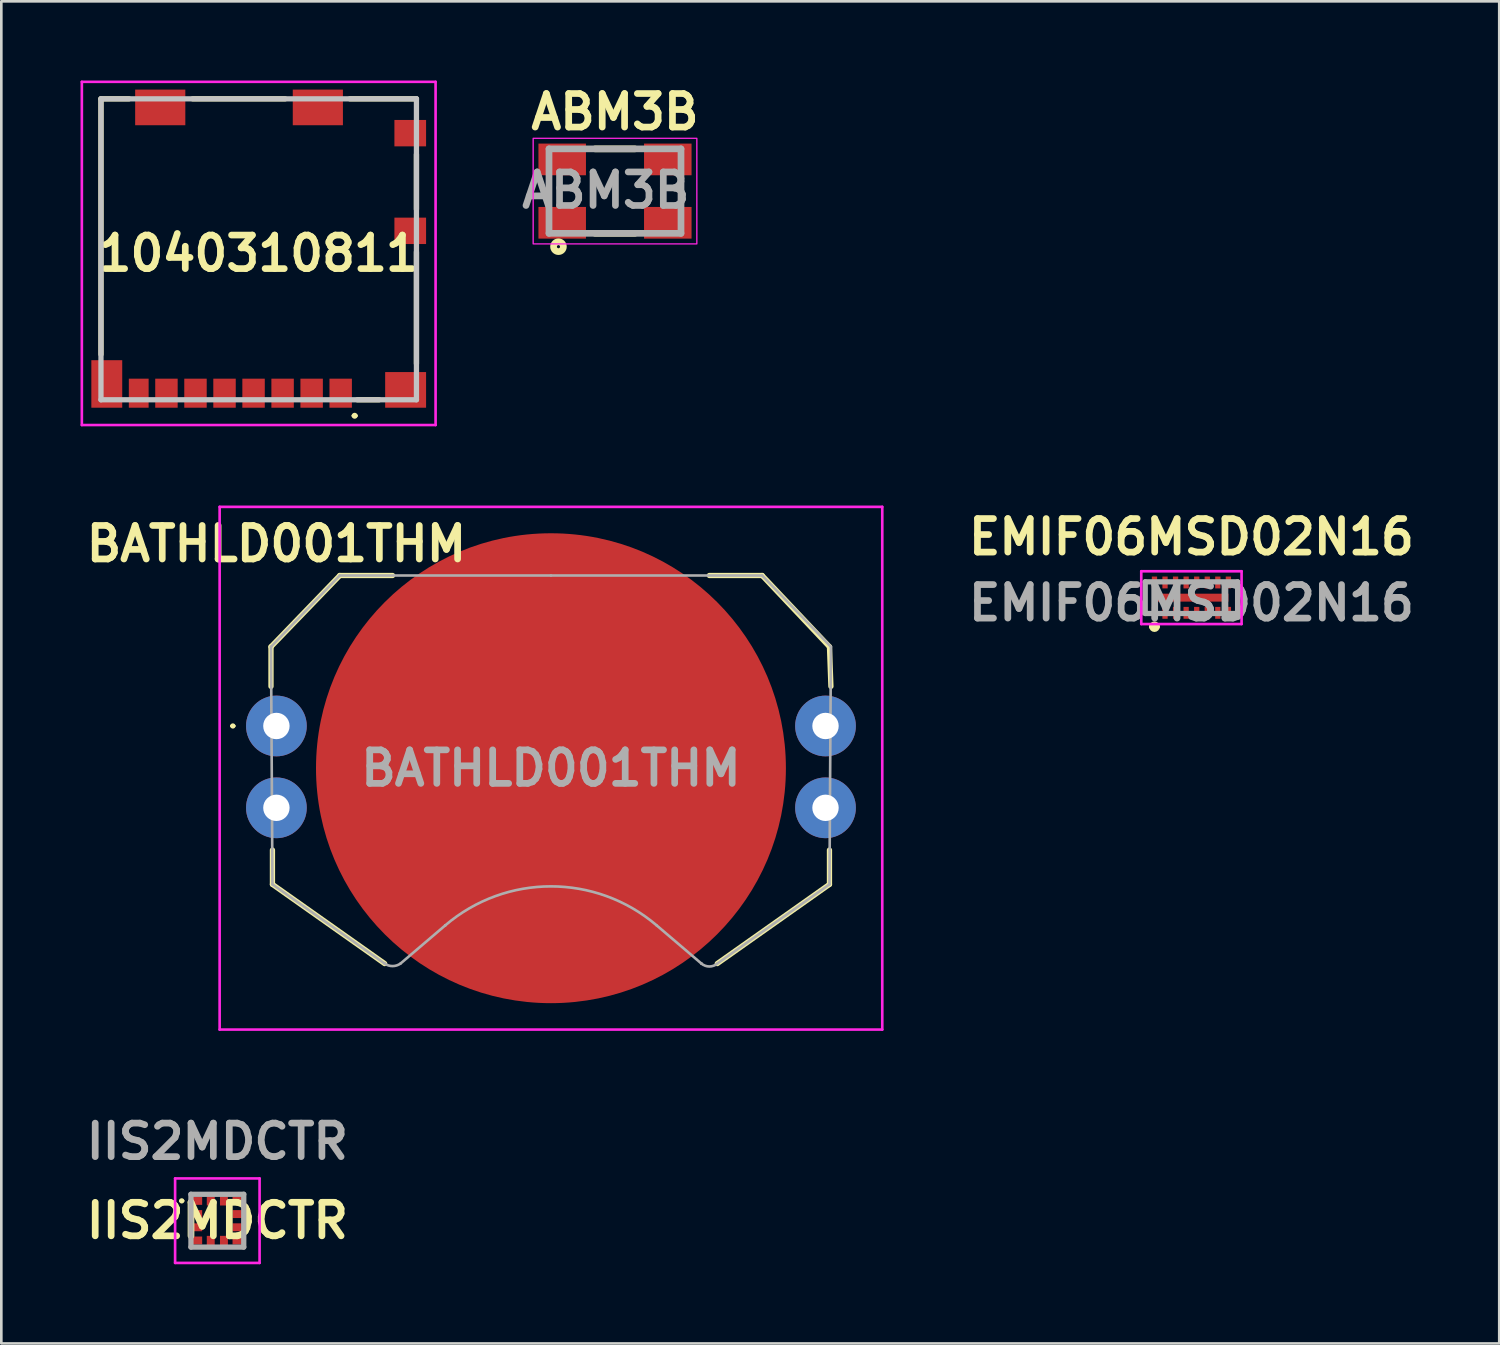
<source format=kicad_pcb>
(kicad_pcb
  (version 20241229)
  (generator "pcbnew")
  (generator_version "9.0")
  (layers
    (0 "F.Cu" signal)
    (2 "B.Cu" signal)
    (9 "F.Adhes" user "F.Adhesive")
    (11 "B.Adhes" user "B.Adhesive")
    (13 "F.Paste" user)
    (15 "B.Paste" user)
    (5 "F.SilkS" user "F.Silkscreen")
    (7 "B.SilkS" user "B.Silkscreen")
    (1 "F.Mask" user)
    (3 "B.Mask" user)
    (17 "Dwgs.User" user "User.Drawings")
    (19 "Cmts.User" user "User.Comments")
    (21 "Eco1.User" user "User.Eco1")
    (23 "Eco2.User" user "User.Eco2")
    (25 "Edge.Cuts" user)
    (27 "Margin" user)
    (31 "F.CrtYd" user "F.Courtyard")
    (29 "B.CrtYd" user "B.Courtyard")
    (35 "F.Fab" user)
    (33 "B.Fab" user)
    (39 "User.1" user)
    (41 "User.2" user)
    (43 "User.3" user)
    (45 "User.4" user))
  (footprint "1040310811"
    (layer "F.Cu")
    (at 6.75 6.55)
    (property "Reference" "1040310811" (at 0 0 0) (layer "F.SilkS") (effects (font (size 1.27 1.27) (thickness 0.254))))
    (attr smd)
    (fp_line (start -5.975 -5.856) (end -5.975 3.823) (stroke (width 0.2) (type solid)) (layer "F.SilkS"))
    (fp_line (start -5.975 -5.856) (end -4.914 -5.856) (stroke (width 0.2) (type solid)) (layer "F.SilkS"))
    (fp_line (start -2.5 -5.856) (end 1 -5.856) (stroke (width 0.2) (type solid)) (layer "F.SilkS"))
    (fp_line (start 3.577 6.149) (end 3.577 6.149) (stroke (width 0.113) (type solid)) (layer "F.SilkS"))
    (fp_line (start 3.691 6.149) (end 3.691 6.149) (stroke (width 0.113) (type solid)) (layer "F.SilkS"))
    (fp_line (start 3.739 5.544) (end 4.56 5.544) (stroke (width 0.2) (type solid)) (layer "F.SilkS"))
    (fp_line (start 5.975 -5.856) (end 3.455 -5.856) (stroke (width 0.2) (type solid)) (layer "F.SilkS"))
    (fp_line (start 5.975 -3.753) (end 5.975 -1.672) (stroke (width 0.2) (type solid)) (layer "F.SilkS"))
    (fp_line (start 5.975 -0.057) (end 5.975 4.177) (stroke (width 0.2) (type solid)) (layer "F.SilkS"))
    (fp_arc (start 3.577 6.149) (mid 3.634 6.092) (end 3.691 6.149) (stroke (width 0.11336) (type solid)) (layer "F.SilkS"))
    (fp_arc (start 3.691 6.149) (mid 3.634 6.206) (end 3.577 6.149) (stroke (width 0.11336) (type solid)) (layer "F.SilkS"))
    (fp_line (start -5.975 -5.856) (end 5.975 -5.856) (stroke (width 0.2) (type solid)) (layer "Dwgs.User"))
    (fp_line (start -5.975 5.544) (end -5.975 -5.856) (stroke (width 0.2) (type solid)) (layer "Dwgs.User"))
    (fp_line (start 5.975 -5.856) (end 5.975 5.544) (stroke (width 0.2) (type solid)) (layer "Dwgs.User"))
    (fp_line (start 5.975 5.544) (end -5.975 5.544) (stroke (width 0.2) (type solid)) (layer "Dwgs.User"))
    (fp_line (start -6.7 -6.5) (end 6.7 -6.5) (stroke (width 0.1) (type solid)) (layer "F.CrtYd"))
    (fp_line (start -6.7 6.5) (end -6.7 -6.5) (stroke (width 0.1) (type solid)) (layer "F.CrtYd"))
    (fp_line (start 6.7 -6.5) (end 6.7 6.5) (stroke (width 0.1) (type solid)) (layer "F.CrtYd"))
    (fp_line (start 6.7 6.5) (end -6.7 6.5) (stroke (width 0.1) (type solid)) (layer "F.CrtYd"))
    (pad "1" smd rect (at 3.105 5.294) (size 0.85 1.1) (layers "F.Cu" "F.Mask" "F.Paste"))
    (pad "2" smd rect (at 2.005 5.294) (size 0.85 1.1) (layers "F.Cu" "F.Mask" "F.Paste"))
    (pad "3" smd rect (at 0.905 5.294) (size 0.85 1.1) (layers "F.Cu" "F.Mask" "F.Paste"))
    (pad "4" smd rect (at -0.195 5.294) (size 0.85 1.1) (layers "F.Cu" "F.Mask" "F.Paste"))
    (pad "5" smd rect (at -1.295 5.294) (size 0.85 1.1) (layers "F.Cu" "F.Mask" "F.Paste"))
    (pad "6" smd rect (at -2.395 5.294) (size 0.85 1.1) (layers "F.Cu" "F.Mask" "F.Paste"))
    (pad "7" smd rect (at -3.495 5.294) (size 0.85 1.1) (layers "F.Cu" "F.Mask" "F.Paste"))
    (pad "8" smd rect (at -4.545 5.294) (size 0.75 1.1) (layers "F.Cu" "F.Mask" "F.Paste"))
    (pad "9" smd rect (at 5.74 -0.856 90) (size 1 1.2) (layers "F.Cu" "F.Mask" "F.Paste"))
    (pad "10" smd rect (at 5.74 -4.556 90) (size 1 1.2) (layers "F.Cu" "F.Mask" "F.Paste"))
    (pad "11" smd rect (at -5.755 4.944) (size 1.17 1.8) (layers "F.Cu" "F.Mask" "F.Paste"))
    (pad "11" smd rect (at -3.73 -5.531 90) (size 1.35 1.9) (layers "F.Cu" "F.Mask" "F.Paste"))
    (pad "11" smd rect (at 2.24 -5.531 90) (size 1.35 1.9) (layers "F.Cu" "F.Mask" "F.Paste"))
    (pad "11" smd rect (at 5.565 5.169 90) (size 1.35 1.55) (layers "F.Cu" "F.Mask" "F.Paste")))
  (footprint "ABM3B"
    (layer "F.Cu")
    (at 20.246 4.189)
    (property "Reference" "ABM3B" (at 0 -3 0) (layer "F.SilkS") (effects (font (size 1.27 1.27) (thickness 0.254))))
    (attr smd)
    (fp_line (start -0.75 -1.6) (end 0.75 -1.6) (stroke (width 0.254) (type solid)) (layer "F.SilkS"))
    (fp_line (start -0.75 1.6) (end 0.75 1.6) (stroke (width 0.254) (type solid)) (layer "F.SilkS"))
    (fp_circle (center -2.141 2.106) (end -2.141 2.165) (stroke (width 0.254) (type solid)) (fill no) (layer "F.SilkS"))
    (fp_rect (start -3.1 -2) (end 3.1 2) (stroke (width 0.05) (type solid)) (fill no) (layer "F.CrtYd"))
    (fp_line (start -2.5 -1.6) (end 2.5 -1.6) (stroke (width 0.254) (type solid)) (layer "F.Fab"))
    (fp_line (start -2.5 1.6) (end -2.5 -1.6) (stroke (width 0.254) (type solid)) (layer "F.Fab"))
    (fp_line (start 2.5 -1.6) (end 2.5 1.6) (stroke (width 0.254) (type solid)) (layer "F.Fab"))
    (fp_line (start 2.5 1.6) (end -2.5 1.6) (stroke (width 0.254) (type solid)) (layer "F.Fab"))
    (fp_text user "${REFERENCE}" (at -0.347 -0.03 0) (layer "F.Fab") (effects (font (size 1.27 1.27) (thickness 0.254))))
    (pad "1" smd rect (at -2 1.2 90) (size 1.2 1.8) (layers "F.Cu" "F.Mask" "F.Paste"))
    (pad "2" smd rect (at 2 1.2 90) (size 1.2 1.8) (layers "F.Cu" "F.Mask" "F.Paste"))
    (pad "3" smd rect (at 2 -1.2 90) (size 1.2 1.8) (layers "F.Cu" "F.Mask" "F.Paste"))
    (pad "4" smd rect (at -2 -1.2 90) (size 1.2 1.8) (layers "F.Cu" "F.Mask" "F.Paste")))
  (footprint "IIS2MDCTR"
    (layer "F.Cu")
    (at 5.183 43.189)
    (property "Reference" "IIS2MDCTR" (at 0 0 0) (layer "F.SilkS") (effects (font (size 1.27 1.27) (thickness 0.254))))
    (attr smd)
    (fp_line (start -1.4 -0.75) (end -1.4 -0.75) (stroke (width 0.1) (type solid)) (layer "F.SilkS"))
    (fp_line (start -1.3 -0.75) (end -1.3 -0.75) (stroke (width 0.1) (type solid)) (layer "F.SilkS"))
    (fp_arc (start -1.4 -0.75) (mid -1.35 -0.8) (end -1.3 -0.75) (stroke (width 0.1) (type solid)) (layer "F.SilkS"))
    (fp_arc (start -1.3 -0.75) (mid -1.35 -0.7) (end -1.4 -0.75) (stroke (width 0.1) (type solid)) (layer "F.SilkS"))
    (fp_line (start -1.6 -1.6) (end 1.6 -1.6) (stroke (width 0.1) (type solid)) (layer "F.CrtYd"))
    (fp_line (start -1.6 1.6) (end -1.6 -1.6) (stroke (width 0.1) (type solid)) (layer "F.CrtYd"))
    (fp_line (start 1.6 -1.6) (end 1.6 1.6) (stroke (width 0.1) (type solid)) (layer "F.CrtYd"))
    (fp_line (start 1.6 1.6) (end -1.6 1.6) (stroke (width 0.1) (type solid)) (layer "F.CrtYd"))
    (fp_line (start -1 -1) (end 1 -1) (stroke (width 0.2) (type solid)) (layer "F.Fab"))
    (fp_line (start -1 1) (end -1 -1) (stroke (width 0.2) (type solid)) (layer "F.Fab"))
    (fp_line (start 1 -1) (end 1 1) (stroke (width 0.2) (type solid)) (layer "F.Fab"))
    (fp_line (start 1 1) (end -1 1) (stroke (width 0.2) (type solid)) (layer "F.Fab"))
    (fp_text user "${REFERENCE}" (at 0 -3 0) (layer "F.Fab") (effects (font (size 1.27 1.27) (thickness 0.254))))
    (pad "1" smd rect (at -0.75 -0.75 90) (size 0.3 0.35) (layers "F.Cu" "F.Mask" "F.Paste"))
    (pad "2" smd rect (at -0.75 -0.25 90) (size 0.3 0.35) (layers "F.Cu" "F.Mask" "F.Paste"))
    (pad "3" smd rect (at -0.75 0.25 90) (size 0.3 0.35) (layers "F.Cu" "F.Mask" "F.Paste"))
    (pad "4" smd rect (at -0.75 0.75 90) (size 0.3 0.35) (layers "F.Cu" "F.Mask" "F.Paste"))
    (pad "5" smd rect (at -0.25 0.75) (size 0.3 0.35) (layers "F.Cu" "F.Mask" "F.Paste"))
    (pad "6" smd rect (at 0.25 0.75) (size 0.3 0.35) (layers "F.Cu" "F.Mask" "F.Paste"))
    (pad "7" smd rect (at 0.75 0.75 90) (size 0.3 0.35) (layers "F.Cu" "F.Mask" "F.Paste"))
    (pad "8" smd rect (at 0.75 0.25 90) (size 0.3 0.35) (layers "F.Cu" "F.Mask" "F.Paste"))
    (pad "9" smd rect (at 0.75 -0.25 90) (size 0.3 0.35) (layers "F.Cu" "F.Mask" "F.Paste"))
    (pad "10" smd rect (at 0.75 -0.75 90) (size 0.3 0.35) (layers "F.Cu" "F.Mask" "F.Paste"))
    (pad "11" smd rect (at 0.25 -0.75) (size 0.3 0.35) (layers "F.Cu" "F.Mask" "F.Paste"))
    (pad "12" smd rect (at -0.25 -0.75) (size 0.3 0.35) (layers "F.Cu" "F.Mask" "F.Paste")))
  (footprint "BATHLD001THM"
    (layer "F.Cu")
    (at 7.42 24.45)
    (property "Reference" "BATHLD001THM" (at 0 -6.9 0) (layer "F.SilkS") (effects (font (size 1.27 1.27) (thickness 0.254))))
    (attr through_hole)
    (fp_line (start -1.7 0) (end -1.7 0) (stroke (width 0.1) (type solid)) (layer "F.SilkS"))
    (fp_line (start -1.6 0) (end -1.6 0) (stroke (width 0.1) (type solid)) (layer "F.SilkS"))
    (fp_line (start -0.205 -3) (end 2.4 -5.7) (stroke (width 0.2) (type solid)) (layer "F.SilkS"))
    (fp_line (start -0.205 -1.5) (end -0.205 -3) (stroke (width 0.2) (type solid)) (layer "F.SilkS"))
    (fp_line (start -0.15 4.7) (end -0.15 6) (stroke (width 0.2) (type solid)) (layer "F.SilkS"))
    (fp_line (start -0.15 6) (end 4.1 9) (stroke (width 0.2) (type solid)) (layer "F.SilkS"))
    (fp_line (start 2.4 -5.7) (end 4.4 -5.7) (stroke (width 0.2) (type solid)) (layer "F.SilkS"))
    (fp_line (start 18.4 -5.7) (end 16.4 -5.7) (stroke (width 0.2) (type solid)) (layer "F.SilkS"))
    (fp_line (start 20.95 -3) (end 18.4 -5.7) (stroke (width 0.2) (type solid)) (layer "F.SilkS"))
    (fp_line (start 20.95 4.7) (end 20.95 6) (stroke (width 0.2) (type solid)) (layer "F.SilkS"))
    (fp_line (start 20.95 6) (end 16.7 9) (stroke (width 0.2) (type solid)) (layer "F.SilkS"))
    (fp_line (start 21.005 -1.5) (end 20.95 -3) (stroke (width 0.2) (type solid)) (layer "F.SilkS"))
    (fp_arc (start -1.7 0) (mid -1.65 -0.05) (end -1.6 0) (stroke (width 0.1) (type solid)) (layer "F.SilkS"))
    (fp_arc (start -1.6 0) (mid -1.65 0.05) (end -1.7 0) (stroke (width 0.1) (type solid)) (layer "F.SilkS"))
    (fp_line (start -2.15 -8.3) (end 22.95 -8.3) (stroke (width 0.1) (type solid)) (layer "F.CrtYd"))
    (fp_line (start -2.15 11.5) (end -2.15 -8.3) (stroke (width 0.1) (type solid)) (layer "F.CrtYd"))
    (fp_line (start 22.95 -8.3) (end 22.95 11.5) (stroke (width 0.1) (type solid)) (layer "F.CrtYd"))
    (fp_line (start 22.95 11.5) (end -2.15 11.5) (stroke (width 0.1) (type solid)) (layer "F.CrtYd"))
    (fp_line (start -0.205 -3) (end -0.15 6) (stroke (width 0.1) (type solid)) (layer "F.Fab"))
    (fp_line (start -0.15 6) (end 4.1 9) (stroke (width 0.1) (type solid)) (layer "F.Fab"))
    (fp_line (start 2.4 -5.7) (end -0.205 -3) (stroke (width 0.1) (type solid)) (layer "F.Fab"))
    (fp_line (start 4.1 9) (end 4.1 9) (stroke (width 0.1) (type solid)) (layer "F.Fab"))
    (fp_line (start 4.7 9) (end 6.4 7.55) (stroke (width 0.1) (type solid)) (layer "F.Fab"))
    (fp_line (start 6.4 7.55) (end 6.4 7.55) (stroke (width 0.1) (type solid)) (layer "F.Fab"))
    (fp_line (start 10.4 -5.7) (end 2.4 -5.7) (stroke (width 0.1) (type solid)) (layer "F.Fab"))
    (fp_line (start 14.4 7.55) (end 16.1 9) (stroke (width 0.1) (type solid)) (layer "F.Fab"))
    (fp_line (start 16.1 9) (end 16.1 9) (stroke (width 0.1) (type solid)) (layer "F.Fab"))
    (fp_line (start 16.7 9) (end 20.95 6) (stroke (width 0.1) (type solid)) (layer "F.Fab"))
    (fp_line (start 18.4 -5.7) (end 10.4 -5.7) (stroke (width 0.1) (type solid)) (layer "F.Fab"))
    (fp_line (start 20.95 6) (end 21.005 -3) (stroke (width 0.1) (type solid)) (layer "F.Fab"))
    (fp_line (start 21.005 -3) (end 18.4 -5.7) (stroke (width 0.1) (type solid)) (layer "F.Fab"))
    (fp_arc (start 4.699739 9.000184) (mid 4.39984 9.095216) (end 4.1 9) (stroke (width 0.1) (type solid)) (layer "F.Fab"))
    (fp_arc (start 6.4 7.55) (mid 10.398584 6.075783) (end 14.397845 7.548163) (stroke (width 0.1) (type solid)) (layer "F.Fab"))
    (fp_arc (start 16.699629 9.000317) (mid 16.399756 9.110618) (end 16.1 9) (stroke (width 0.1) (type solid)) (layer "F.Fab"))
    (fp_text user "${REFERENCE}" (at 10.4 1.6 0) (layer "F.Fab") (effects (font (size 1.27 1.27) (thickness 0.254))))
    (pad "1" thru_hole circle (at 0 0) (size 2.3 2.3) (drill 1) (layers "*.Cu" "*.Mask"))
    (pad "1" thru_hole circle (at 0 3.1) (size 2.3 2.3) (drill 1) (layers "*.Cu" "*.Mask"))
    (pad "1" thru_hole circle (at 20.8 0) (size 2.3 2.3) (drill 1) (layers "*.Cu" "*.Mask"))
    (pad "1" thru_hole circle (at 20.8 3.1) (size 2.3 2.3) (drill 1) (layers "*.Cu" "*.Mask"))
    (pad "2" smd circle (at 10.4 1.6) (size 17.8 17.8) (layers "F.Cu" "F.Mask" "F.Paste")))
  (footprint "EMIF06MSD02N16"
    (layer "F.Cu")
    (at 42.081 19.789)
    (property "Reference" "EMIF06MSD02N16" (at 0 -2.5 0) (layer "F.SilkS") (effects (font (size 1.27 1.27) (thickness 0.254))))
    (attr smd)
    (fp_line (start -1.75 -0.8) (end -1.75 0.4) (stroke (width 0.1) (type solid)) (layer "F.SilkS"))
    (fp_line (start -1.5 0.9) (end -1.5 0.9) (stroke (width 0.2) (type solid)) (layer "F.SilkS"))
    (fp_line (start -1.3 0.9) (end -1.3 0.9) (stroke (width 0.2) (type solid)) (layer "F.SilkS"))
    (fp_line (start 1.75 -0.8) (end 1.75 0.4) (stroke (width 0.1) (type solid)) (layer "F.SilkS"))
    (fp_arc (start -1.5 0.9) (mid -1.4 0.8) (end -1.3 0.9) (stroke (width 0.2) (type solid)) (layer "F.SilkS"))
    (fp_arc (start -1.3 0.9) (mid -1.4 1) (end -1.5 0.9) (stroke (width 0.2) (type solid)) (layer "F.SilkS"))
    (fp_line (start -1.9 -1.2) (end 1.9 -1.2) (stroke (width 0.1) (type solid)) (layer "F.CrtYd"))
    (fp_line (start -1.9 0.8) (end -1.9 -1.2) (stroke (width 0.1) (type solid)) (layer "F.CrtYd"))
    (fp_line (start 1.9 -1.2) (end 1.9 0.8) (stroke (width 0.1) (type solid)) (layer "F.CrtYd"))
    (fp_line (start 1.9 0.8) (end -1.9 0.8) (stroke (width 0.1) (type solid)) (layer "F.CrtYd"))
    (fp_line (start -1.75 -0.8) (end 1.75 -0.8) (stroke (width 0.2) (type solid)) (layer "F.Fab"))
    (fp_line (start -1.75 0.4) (end -1.75 -0.8) (stroke (width 0.2) (type solid)) (layer "F.Fab"))
    (fp_line (start 1.75 -0.8) (end 1.75 0.4) (stroke (width 0.2) (type solid)) (layer "F.Fab"))
    (fp_line (start 1.75 0.4) (end -1.75 0.4) (stroke (width 0.2) (type solid)) (layer "F.Fab"))
    (fp_text user "${REFERENCE}" (at 0 0 0) (layer "F.Fab") (effects (font (size 1.27 1.27) (thickness 0.254))))
    (pad "1" smd rect (at -1.4 0.375) (size 0.2 0.45) (layers "F.Cu" "F.Mask" "F.Paste"))
    (pad "2" smd rect (at -1 0.375) (size 0.2 0.45) (layers "F.Cu" "F.Mask" "F.Paste"))
    (pad "3" smd rect (at -0.6 0.375) (size 0.2 0.45) (layers "F.Cu" "F.Mask" "F.Paste"))
    (pad "4" smd rect (at -0.2 0.375) (size 0.2 0.45) (layers "F.Cu" "F.Mask" "F.Paste"))
    (pad "5" smd rect (at 0.2 0.375) (size 0.2 0.45) (layers "F.Cu" "F.Mask" "F.Paste"))
    (pad "6" smd rect (at 0.6 0.375) (size 0.2 0.45) (layers "F.Cu" "F.Mask" "F.Paste"))
    (pad "7" smd rect (at 1 0.375) (size 0.2 0.45) (layers "F.Cu" "F.Mask" "F.Paste"))
    (pad "8" smd rect (at 1.4 0.375) (size 0.2 0.45) (layers "F.Cu" "F.Mask" "F.Paste"))
    (pad "9" smd rect (at 1.4 -0.775) (size 0.2 0.45) (layers "F.Cu" "F.Mask" "F.Paste"))
    (pad "10" smd rect (at 1 -0.775) (size 0.2 0.45) (layers "F.Cu" "F.Mask" "F.Paste"))
    (pad "11" smd rect (at 0.6 -0.775) (size 0.2 0.45) (layers "F.Cu" "F.Mask" "F.Paste"))
    (pad "12" smd rect (at 0.2 -0.775) (size 0.2 0.45) (layers "F.Cu" "F.Mask" "F.Paste"))
    (pad "13" smd rect (at -0.2 -0.775) (size 0.2 0.45) (layers "F.Cu" "F.Mask" "F.Paste"))
    (pad "14" smd rect (at -0.6 -0.775) (size 0.2 0.45) (layers "F.Cu" "F.Mask" "F.Paste"))
    (pad "15" smd rect (at -1 -0.775) (size 0.2 0.45) (layers "F.Cu" "F.Mask" "F.Paste"))
    (pad "16" smd rect (at -1.4 -0.775) (size 0.2 0.45) (layers "F.Cu" "F.Mask" "F.Paste"))
    (pad "17" smd rect (at 0 -0.2 90) (size 0.3 2.8) (layers "F.Cu" "F.Mask" "F.Paste")))
  (gr_rect
    (start -3 -3)
    (end 53.741 47.839)
    (stroke (width 0.1) (type default))
    (fill no)
    (layer "Edge.Cuts")))
</source>
